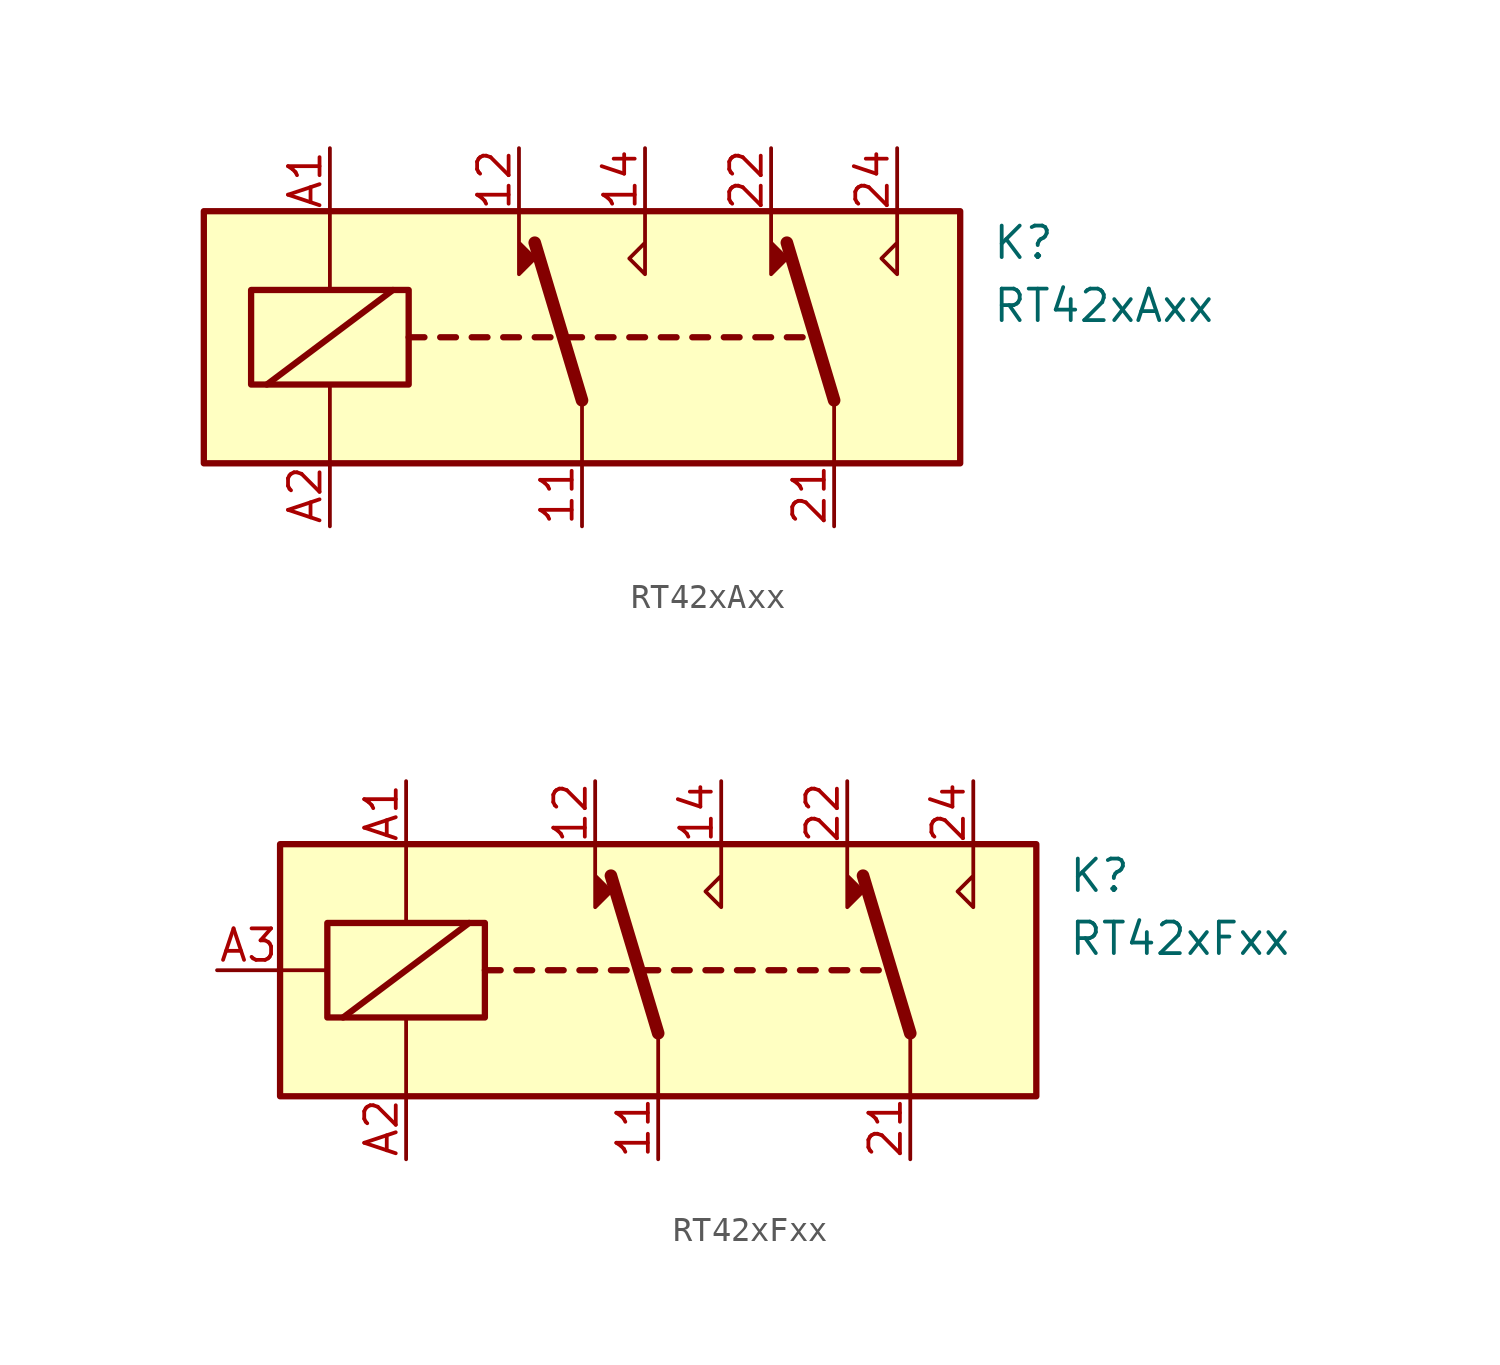
<source format=kicad_sym>
(kicad_symbol_lib
  (version 20211014)
  (generator kicad_symbol_editor)
  (symbol "RT42xAxx"
    (property "Reference" "K"
      (at 16.51 3.81 0)
      (effects (font (size 1.27 1.27)) (justify left)))
    (property "Value" "RT42xAxx"
      (at 16.51 1.27 0)
      (effects (font (size 1.27 1.27)) (justify left)))
    (symbol "RT42xAxx_0_0"
      (polyline (pts (xy -7.62 1.905) (xy -12.7 -1.905)) (stroke (width 0.254) (type default) (color 0 0 0 0)) (fill (type none))))
    (symbol "RT42xAxx_0_1"
      (rectangle (start -15.24 5.08) (end 15.24 -5.08) (stroke (width 0.254) (type default) (color 0 0 0 0)) (fill (type background)))
      (rectangle (start -13.335 1.905) (end -6.985 -1.905) (stroke (width 0.254) (type default) (color 0 0 0 0)) (fill (type none)))
      (polyline (pts (xy -10.16 -5.08) (xy -10.16 -1.905)) (stroke (width 0) (type default) (color 0 0 0 0)) (fill (type none)))
      (polyline (pts (xy -10.16 5.08) (xy -10.16 1.905)) (stroke (width 0) (type default) (color 0 0 0 0)) (fill (type none)))
      (polyline (pts (xy -6.985 0) (xy -6.35 0)) (stroke (width 0.254) (type default) (color 0 0 0 0)) (fill (type none)))
      (polyline (pts (xy -5.715 0) (xy -5.08 0)) (stroke (width 0.254) (type default) (color 0 0 0 0)) (fill (type none)))
      (polyline (pts (xy -4.445 0) (xy -3.81 0)) (stroke (width 0.254) (type default) (color 0 0 0 0)) (fill (type none)))
      (polyline (pts (xy -3.175 0) (xy -2.54 0)) (stroke (width 0.254) (type default) (color 0 0 0 0)) (fill (type none)))
      (polyline (pts (xy -1.905 0) (xy -1.27 0)) (stroke (width 0.254) (type default) (color 0 0 0 0)) (fill (type none)))
      (polyline (pts (xy -0.635 0) (xy 0 0)) (stroke (width 0.254) (type default) (color 0 0 0 0)) (fill (type none)))
      (polyline (pts (xy 0 -2.54) (xy -1.905 3.81)) (stroke (width 0.508) (type default) (color 0 0 0 0)) (fill (type none)))
      (polyline (pts (xy 0 -2.54) (xy 0 -5.08)) (stroke (width 0) (type default) (color 0 0 0 0)) (fill (type none)))
      (polyline (pts (xy 0.635 0) (xy 1.27 0)) (stroke (width 0.254) (type default) (color 0 0 0 0)) (fill (type none)))
      (polyline (pts (xy 1.905 0) (xy 2.54 0)) (stroke (width 0.254) (type default) (color 0 0 0 0)) (fill (type none)))
      (polyline (pts (xy 3.175 0) (xy 3.81 0)) (stroke (width 0.254) (type default) (color 0 0 0 0)) (fill (type none)))
      (polyline (pts (xy 4.445 0) (xy 5.08 0)) (stroke (width 0.254) (type default) (color 0 0 0 0)) (fill (type none)))
      (polyline (pts (xy 5.715 0) (xy 6.35 0)) (stroke (width 0.254) (type default) (color 0 0 0 0)) (fill (type none)))
      (polyline (pts (xy 6.985 0) (xy 7.62 0)) (stroke (width 0.254) (type default) (color 0 0 0 0)) (fill (type none)))
      (polyline (pts (xy 8.255 0) (xy 8.89 0)) (stroke (width 0.254) (type default) (color 0 0 0 0)) (fill (type none)))
      (polyline (pts (xy 10.16 -2.54) (xy 8.255 3.81)) (stroke (width 0.508) (type default) (color 0 0 0 0)) (fill (type none)))
      (polyline (pts (xy 10.16 -2.54) (xy 10.16 -5.08)) (stroke (width 0) (type default) (color 0 0 0 0)) (fill (type none)))
      (polyline (pts (xy -2.54 5.08) (xy -2.54 2.54) (xy -1.905 3.175) (xy -2.54 3.81)) (stroke (width 0) (type default) (color 0 0 0 0)) (fill (type outline)))
      (polyline (pts (xy 2.54 5.08) (xy 2.54 2.54) (xy 1.905 3.175) (xy 2.54 3.81)) (stroke (width 0) (type default) (color 0 0 0 0)) (fill (type none)))
      (polyline (pts (xy 7.62 5.08) (xy 7.62 2.54) (xy 8.255 3.175) (xy 7.62 3.81)) (stroke (width 0) (type default) (color 0 0 0 0)) (fill (type outline)))
      (polyline (pts (xy 12.7 5.08) (xy 12.7 2.54) (xy 12.065 3.175) (xy 12.7 3.81)) (stroke (width 0) (type default) (color 0 0 0 0)) (fill (type none))))
    (symbol "RT42xAxx_1_1"
      (pin passive line (at 0 -7.62 90) (length 2.54) (name "~" (effects (font (size 1.27 1.27)))) (number "11" (effects (font (size 1.27 1.27)))))
      (pin passive line (at -2.54 7.62 270) (length 2.54) (name "~" (effects (font (size 1.27 1.27)))) (number "12" (effects (font (size 1.27 1.27)))))
      (pin passive line (at 2.54 7.62 270) (length 2.54) (name "~" (effects (font (size 1.27 1.27)))) (number "14" (effects (font (size 1.27 1.27)))))
      (pin passive line (at 10.16 -7.62 90) (length 2.54) (name "~" (effects (font (size 1.27 1.27)))) (number "21" (effects (font (size 1.27 1.27)))))
      (pin passive line (at 7.62 7.62 270) (length 2.54) (name "~" (effects (font (size 1.27 1.27)))) (number "22" (effects (font (size 1.27 1.27)))))
      (pin passive line (at 12.7 7.62 270) (length 2.54) (name "~" (effects (font (size 1.27 1.27)))) (number "24" (effects (font (size 1.27 1.27)))))
      (pin passive line (at -10.16 7.62 270) (length 2.54) (name "~" (effects (font (size 1.27 1.27)))) (number "A1" (effects (font (size 1.27 1.27)))))
      (pin passive line (at -10.16 -7.62 90) (length 2.54) (name "~" (effects (font (size 1.27 1.27)))) (number "A2" (effects (font (size 1.27 1.27)))))))
  (symbol "RT42xFxx"
    (property "Reference" "K"
      (at 16.51 3.81 0)
      (effects (font (size 1.27 1.27)) (justify left)))
    (property "Value" "RT42xFxx"
      (at 16.51 1.27 0)
      (effects (font (size 1.27 1.27)) (justify left)))
    (symbol "RT42xFxx_0_0"
      (polyline (pts (xy -7.62 1.905) (xy -12.7 -1.905)) (stroke (width 0.254) (type default) (color 0 0 0 0)) (fill (type none))))
    (symbol "RT42xFxx_0_1"
      (rectangle (start -15.24 0) (end -13.335 0) (stroke (width 0) (type default) (color 0 0 0 0)) (fill (type none)))
      (rectangle (start -15.24 5.08) (end 15.24 -5.08) (stroke (width 0.254) (type default) (color 0 0 0 0)) (fill (type background)))
      (rectangle (start -13.335 1.905) (end -6.985 -1.905) (stroke (width 0.254) (type default) (color 0 0 0 0)) (fill (type none)))
      (polyline (pts (xy -10.16 -5.08) (xy -10.16 -1.905)) (stroke (width 0) (type default) (color 0 0 0 0)) (fill (type none)))
      (polyline (pts (xy -10.16 5.08) (xy -10.16 1.905)) (stroke (width 0) (type default) (color 0 0 0 0)) (fill (type none)))
      (polyline (pts (xy -6.985 0) (xy -6.35 0)) (stroke (width 0.254) (type default) (color 0 0 0 0)) (fill (type none)))
      (polyline (pts (xy -5.715 0) (xy -5.08 0)) (stroke (width 0.254) (type default) (color 0 0 0 0)) (fill (type none)))
      (polyline (pts (xy -4.445 0) (xy -3.81 0)) (stroke (width 0.254) (type default) (color 0 0 0 0)) (fill (type none)))
      (polyline (pts (xy -3.175 0) (xy -2.54 0)) (stroke (width 0.254) (type default) (color 0 0 0 0)) (fill (type none)))
      (polyline (pts (xy -1.905 0) (xy -1.27 0)) (stroke (width 0.254) (type default) (color 0 0 0 0)) (fill (type none)))
      (polyline (pts (xy -0.635 0) (xy 0 0)) (stroke (width 0.254) (type default) (color 0 0 0 0)) (fill (type none)))
      (polyline (pts (xy 0 -2.54) (xy -1.905 3.81)) (stroke (width 0.508) (type default) (color 0 0 0 0)) (fill (type none)))
      (polyline (pts (xy 0 -2.54) (xy 0 -5.08)) (stroke (width 0) (type default) (color 0 0 0 0)) (fill (type none)))
      (polyline (pts (xy 0.635 0) (xy 1.27 0)) (stroke (width 0.254) (type default) (color 0 0 0 0)) (fill (type none)))
      (polyline (pts (xy 1.905 0) (xy 2.54 0)) (stroke (width 0.254) (type default) (color 0 0 0 0)) (fill (type none)))
      (polyline (pts (xy 3.175 0) (xy 3.81 0)) (stroke (width 0.254) (type default) (color 0 0 0 0)) (fill (type none)))
      (polyline (pts (xy 4.445 0) (xy 5.08 0)) (stroke (width 0.254) (type default) (color 0 0 0 0)) (fill (type none)))
      (polyline (pts (xy 5.715 0) (xy 6.35 0)) (stroke (width 0.254) (type default) (color 0 0 0 0)) (fill (type none)))
      (polyline (pts (xy 6.985 0) (xy 7.62 0)) (stroke (width 0.254) (type default) (color 0 0 0 0)) (fill (type none)))
      (polyline (pts (xy 8.255 0) (xy 8.89 0)) (stroke (width 0.254) (type default) (color 0 0 0 0)) (fill (type none)))
      (polyline (pts (xy 10.16 -2.54) (xy 8.255 3.81)) (stroke (width 0.508) (type default) (color 0 0 0 0)) (fill (type none)))
      (polyline (pts (xy 10.16 -2.54) (xy 10.16 -5.08)) (stroke (width 0) (type default) (color 0 0 0 0)) (fill (type none)))
      (polyline (pts (xy -2.54 5.08) (xy -2.54 2.54) (xy -1.905 3.175) (xy -2.54 3.81)) (stroke (width 0) (type default) (color 0 0 0 0)) (fill (type outline)))
      (polyline (pts (xy 2.54 5.08) (xy 2.54 2.54) (xy 1.905 3.175) (xy 2.54 3.81)) (stroke (width 0) (type default) (color 0 0 0 0)) (fill (type none)))
      (polyline (pts (xy 7.62 5.08) (xy 7.62 2.54) (xy 8.255 3.175) (xy 7.62 3.81)) (stroke (width 0) (type default) (color 0 0 0 0)) (fill (type outline)))
      (polyline (pts (xy 12.7 5.08) (xy 12.7 2.54) (xy 12.065 3.175) (xy 12.7 3.81)) (stroke (width 0) (type default) (color 0 0 0 0)) (fill (type none))))
    (symbol "RT42xFxx_1_1"
      (pin passive line (at 0 -7.62 90) (length 2.54) (name "~" (effects (font (size 1.27 1.27)))) (number "11" (effects (font (size 1.27 1.27)))))
      (pin passive line (at -2.54 7.62 270) (length 2.54) (name "~" (effects (font (size 1.27 1.27)))) (number "12" (effects (font (size 1.27 1.27)))))
      (pin passive line (at 2.54 7.62 270) (length 2.54) (name "~" (effects (font (size 1.27 1.27)))) (number "14" (effects (font (size 1.27 1.27)))))
      (pin passive line (at 10.16 -7.62 90) (length 2.54) (name "~" (effects (font (size 1.27 1.27)))) (number "21" (effects (font (size 1.27 1.27)))))
      (pin passive line (at 7.62 7.62 270) (length 2.54) (name "~" (effects (font (size 1.27 1.27)))) (number "22" (effects (font (size 1.27 1.27)))))
      (pin passive line (at 12.7 7.62 270) (length 2.54) (name "~" (effects (font (size 1.27 1.27)))) (number "24" (effects (font (size 1.27 1.27)))))
      (pin passive line (at -10.16 7.62 270) (length 2.54) (name "~" (effects (font (size 1.27 1.27)))) (number "A1" (effects (font (size 1.27 1.27)))))
      (pin passive line (at -10.16 -7.62 90) (length 2.54) (name "~" (effects (font (size 1.27 1.27)))) (number "A2" (effects (font (size 1.27 1.27)))))
      (pin passive line (at -17.78 0 0) (length 2.54) (name "~" (effects (font (size 1.27 1.27)))) (number "A3" (effects (font (size 1.27 1.27))))))))
</source>
